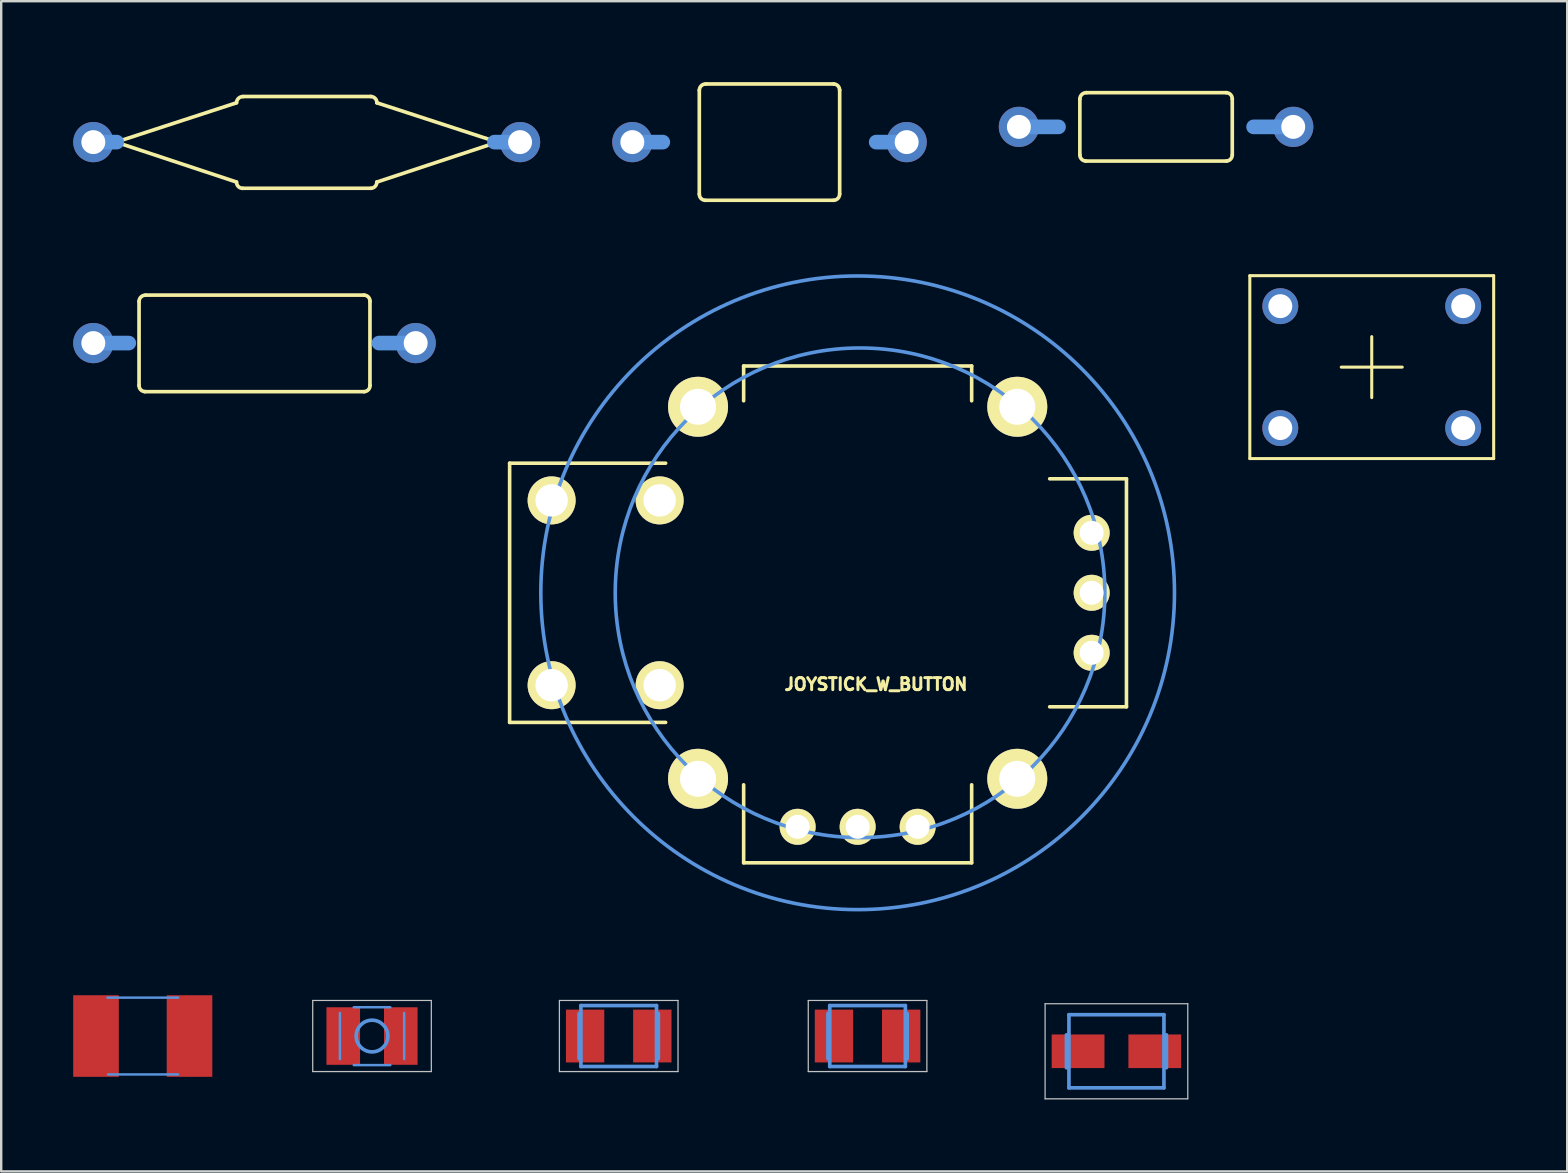
<source format=kicad_pcb>
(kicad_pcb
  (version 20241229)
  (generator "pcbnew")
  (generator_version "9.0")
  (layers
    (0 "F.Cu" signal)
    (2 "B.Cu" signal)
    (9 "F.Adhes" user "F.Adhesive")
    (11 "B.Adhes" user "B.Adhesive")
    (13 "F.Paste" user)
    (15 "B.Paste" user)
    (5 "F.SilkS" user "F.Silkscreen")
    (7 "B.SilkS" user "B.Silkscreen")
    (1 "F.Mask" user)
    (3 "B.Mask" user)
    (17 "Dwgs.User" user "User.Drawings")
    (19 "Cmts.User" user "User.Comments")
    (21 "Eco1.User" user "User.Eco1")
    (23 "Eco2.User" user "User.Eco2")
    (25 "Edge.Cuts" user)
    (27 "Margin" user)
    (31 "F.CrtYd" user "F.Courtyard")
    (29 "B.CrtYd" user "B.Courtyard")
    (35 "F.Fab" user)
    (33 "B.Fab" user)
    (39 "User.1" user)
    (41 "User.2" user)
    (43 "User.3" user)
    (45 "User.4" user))
  (footprint "IRF36"
    (layer "F.Cu")
    (at 9.728 2.871)
    (property "Reference" "IRF36" (at -0.635 -1.905 0) (layer "Eco1.User") (effects (font (size 1.27 1.27) (thickness 0.127))))
    (attr through_hole)
    (fp_line (start -7.948 0) (end -2.924 -1.638) (stroke (width 0.152) (type solid)) (layer "F.SilkS"))
    (fp_line (start -2.924 1.664) (end -7.948 0) (stroke (width 0.152) (type solid)) (layer "F.SilkS"))
    (fp_line (start 2.675 -1.9) (end -2.649 -1.9) (stroke (width 0.152) (type solid)) (layer "F.SilkS"))
    (fp_line (start 2.675 1.923) (end -2.675 1.923) (stroke (width 0.152) (type solid)) (layer "F.SilkS"))
    (fp_line (start 2.924 1.664) (end 7.948 0) (stroke (width 0.152) (type solid)) (layer "F.SilkS"))
    (fp_line (start 7.948 0) (end 2.924 -1.638) (stroke (width 0.152) (type solid)) (layer "F.SilkS"))
    (fp_arc (start -2.92354 -1.6383) (mid -2.840037 -1.824654) (end -2.64922 -1.89738) (stroke (width 0.1524) (type solid)) (layer "F.SilkS"))
    (fp_arc (start -2.67208 1.92532) (mid -2.851993 1.846589) (end -2.92354 1.6637) (stroke (width 0.1524) (type solid)) (layer "F.SilkS"))
    (fp_arc (start 2.67462 -1.89992) (mid 2.853789 -1.819393) (end 2.92354 -1.63576) (stroke (width 0.1524) (type solid)) (layer "F.SilkS"))
    (fp_arc (start 2.921 1.66116) (mid 2.851993 1.842997) (end 2.67462 1.92278) (stroke (width 0.1524) (type solid)) (layer "F.SilkS"))
    (fp_line (start -7.915 0) (end -8.89 0) (stroke (width 0.61) (type solid)) (layer "Cmts.User"))
    (fp_line (start 7.823 0) (end 8.89 0) (stroke (width 0.61) (type solid)) (layer "Cmts.User"))
    (pad "1" thru_hole oval (at -8.89 0) (size 1.676 1.676) (drill 0.998) (layers "*.Cu" "*.Mask"))
    (pad "2" thru_hole oval (at 8.89 0) (size 1.676 1.676) (drill 0.998) (layers "*.Cu" "*.Mask")))
  (footprint "L3225M"
    (layer "F.Cu")
    (at 22.728 40.115)
    (property "Reference" "L3225M" (at 0.635 -1.27 0) (layer "Eco1.User") (effects (font (size 1.27 1.27) (thickness 0.102))))
    (attr through_hole)
    (fp_line (start -2.471 -1.481) (end 2.471 -1.481) (stroke (width 0.051) (type solid)) (layer "Dwgs.User"))
    (fp_line (start -2.471 1.481) (end -2.471 -1.481) (stroke (width 0.051) (type solid)) (layer "Dwgs.User"))
    (fp_line (start 2.471 -1.481) (end 2.471 1.481) (stroke (width 0.051) (type solid)) (layer "Dwgs.User"))
    (fp_line (start 2.471 1.481) (end -2.471 1.481) (stroke (width 0.051) (type solid)) (layer "Dwgs.User"))
    (fp_line (start -1.651 -0.94) (end -1.651 0.94) (stroke (width 0.152) (type solid)) (layer "Cmts.User"))
    (fp_line (start -1.575 -1.27) (end 1.575 -1.27) (stroke (width 0.152) (type solid)) (layer "Cmts.User"))
    (fp_line (start -1.575 1.27) (end -1.575 -1.27) (stroke (width 0.152) (type solid)) (layer "Cmts.User"))
    (fp_line (start 1.575 -1.27) (end 1.575 1.27) (stroke (width 0.152) (type solid)) (layer "Cmts.User"))
    (fp_line (start 1.575 1.27) (end -1.575 1.27) (stroke (width 0.152) (type solid)) (layer "Cmts.User"))
    (fp_line (start 1.651 -0.94) (end 1.651 0.94) (stroke (width 0.152) (type solid)) (layer "Cmts.User"))
    (pad "1" smd rect (at -1.4 0) (size 1.598 2.2) (layers "F.Cu" "F.Mask" "F.Paste"))
    (pad "2" smd rect (at 1.4 0) (size 1.598 2.2) (layers "F.Cu" "F.Mask" "F.Paste")))
  (footprint "KSA_SEALED_TAC_SWITCH"
    (layer "F.Cu")
    (at 54.102 12.246)
    (property "Reference" "KSA_SEALED_TAC_SWITCH" (at 0 0 0) (layer "Cmts.User") (effects (font (size 0.001 0.001) (thickness 0.000001))))
    (attr through_hole)
    (fp_line (start -5.08 -3.81) (end 5.08 -3.81) (stroke (width 0.127) (type solid)) (layer "F.SilkS"))
    (fp_line (start -5.08 3.81) (end -5.08 -3.81) (stroke (width 0.127) (type solid)) (layer "F.SilkS"))
    (fp_line (start -1.27 0) (end 1.27 0) (stroke (width 0.127) (type solid)) (layer "F.SilkS"))
    (fp_line (start 0 -1.27) (end 0 1.27) (stroke (width 0.127) (type solid)) (layer "F.SilkS"))
    (fp_line (start 5.08 -3.81) (end 5.08 3.81) (stroke (width 0.127) (type solid)) (layer "F.SilkS"))
    (fp_line (start 5.08 3.81) (end -5.08 3.81) (stroke (width 0.127) (type solid)) (layer "F.SilkS"))
    (pad "P$1" thru_hole oval (at -3.81 -2.54) (size 1.496 1.496) (drill 0.998) (layers "*.Cu" "*.Mask"))
    (pad "P$2" thru_hole oval (at 3.81 -2.54) (size 1.496 1.496) (drill 0.998) (layers "*.Cu" "*.Mask"))
    (pad "P$3" thru_hole oval (at -3.81 2.54) (size 1.496 1.496) (drill 0.998) (layers "*.Cu" "*.Mask"))
    (pad "P$4" thru_hole oval (at 3.81 2.54) (size 1.496 1.496) (drill 0.998) (layers "*.Cu" "*.Mask")))
  (footprint "IRF-1"
    (layer "F.Cu")
    (at 45.116 2.236)
    (property "Reference" "IRF-1" (at -0.635 -1.27 0) (layer "Eco1.User") (effects (font (size 1.27 1.27) (thickness 0.127))))
    (attr through_hole)
    (fp_line (start -3.175 1.163) (end -3.175 -1.163) (stroke (width 0.152) (type solid)) (layer "F.SilkS"))
    (fp_line (start 2.924 -1.425) (end -2.898 -1.425) (stroke (width 0.152) (type solid)) (layer "F.SilkS"))
    (fp_line (start 2.924 1.425) (end -2.924 1.425) (stroke (width 0.152) (type solid)) (layer "F.SilkS"))
    (fp_line (start 3.175 1.163) (end 3.175 -1.163) (stroke (width 0.152) (type solid)) (layer "F.SilkS"))
    (fp_arc (start -3.175 -1.16332) (mid -3.090753 -1.35147) (end -2.89814 -1.42494) (stroke (width 0.1524) (type solid)) (layer "F.SilkS"))
    (fp_arc (start -2.92354 1.42494) (mid -3.103453 1.346209) (end -3.175 1.16332) (stroke (width 0.1524) (type solid)) (layer "F.SilkS"))
    (fp_arc (start 2.92354 -1.42494) (mid 3.103453 -1.346209) (end 3.175 -1.16332) (stroke (width 0.1524) (type solid)) (layer "F.SilkS"))
    (fp_arc (start 3.175 1.16332) (mid 3.103453 1.346209) (end 2.92354 1.42494) (stroke (width 0.1524) (type solid)) (layer "F.SilkS"))
    (fp_line (start -5.715 0) (end -4.064 0) (stroke (width 0.61) (type solid)) (layer "Cmts.User"))
    (fp_line (start 5.715 0) (end 4.064 0) (stroke (width 0.61) (type solid)) (layer "Cmts.User"))
    (pad "1" thru_hole oval (at -5.715 0) (size 1.676 1.676) (drill 0.998) (layers "*.Cu" "*.Mask"))
    (pad "2" thru_hole oval (at 5.715 0) (size 1.676 1.676) (drill 0.998) (layers "*.Cu" "*.Mask")))
  (footprint "IRF46"
    (layer "F.Cu")
    (at 29.01 2.871)
    (property "Reference" "IRF46" (at -1.27 -1.905 0) (layer "Eco1.User") (effects (font (size 1.27 1.27) (thickness 0.127))))
    (attr through_hole)
    (fp_line (start -2.924 2.162) (end -2.924 -2.162) (stroke (width 0.152) (type solid)) (layer "F.SilkS"))
    (fp_line (start 2.675 -2.423) (end -2.649 -2.423) (stroke (width 0.152) (type solid)) (layer "F.SilkS"))
    (fp_line (start 2.675 2.423) (end -2.675 2.423) (stroke (width 0.152) (type solid)) (layer "F.SilkS"))
    (fp_line (start 2.924 2.162) (end 2.924 -2.162) (stroke (width 0.152) (type solid)) (layer "F.SilkS"))
    (fp_arc (start -2.92354 -2.16154) (mid -2.841833 -2.348637) (end -2.65176 -2.42316) (stroke (width 0.1524) (type solid)) (layer "F.SilkS"))
    (fp_arc (start -2.67462 2.4257) (mid -2.853789 2.345173) (end -2.92354 2.16154) (stroke (width 0.1524) (type solid)) (layer "F.SilkS"))
    (fp_arc (start 2.67462 -2.42316) (mid 2.851993 -2.343377) (end 2.921 -2.16154) (stroke (width 0.1524) (type solid)) (layer "F.SilkS"))
    (fp_arc (start 2.921 2.16154) (mid 2.851993 2.343377) (end 2.67462 2.42316) (stroke (width 0.1524) (type solid)) (layer "F.SilkS"))
    (fp_line (start -5.715 0) (end -4.445 0) (stroke (width 0.61) (type solid)) (layer "Cmts.User"))
    (fp_line (start 5.715 0) (end 4.445 0) (stroke (width 0.61) (type solid)) (layer "Cmts.User"))
    (pad "1" thru_hole oval (at -5.715 0) (size 1.676 1.676) (drill 0.998) (layers "*.Cu" "*.Mask"))
    (pad "2" thru_hole oval (at 5.715 0) (size 1.676 1.676) (drill 0.998) (layers "*.Cu" "*.Mask")))
  (footprint "L4035M"
    (layer "F.Cu")
    (at 43.465 40.75)
    (property "Reference" "L4035M" (at 0.635 -1.905 0) (layer "Eco1.User") (effects (font (size 1.27 1.27) (thickness 0.102))))
    (attr through_hole)
    (fp_line (start -2.972 -1.981) (end 2.972 -1.981) (stroke (width 0.051) (type solid)) (layer "Dwgs.User"))
    (fp_line (start -2.972 1.981) (end -2.972 -1.981) (stroke (width 0.051) (type solid)) (layer "Dwgs.User"))
    (fp_line (start 2.972 -1.981) (end 2.972 1.981) (stroke (width 0.051) (type solid)) (layer "Dwgs.User"))
    (fp_line (start 2.972 1.981) (end -2.972 1.981) (stroke (width 0.051) (type solid)) (layer "Dwgs.User"))
    (fp_line (start -2.083 -0.686) (end -2.083 0.686) (stroke (width 0.152) (type solid)) (layer "Cmts.User"))
    (fp_line (start -1.979 -1.524) (end -1.979 1.524) (stroke (width 0.152) (type solid)) (layer "Cmts.User"))
    (fp_line (start -1.979 1.524) (end 1.979 1.524) (stroke (width 0.152) (type solid)) (layer "Cmts.User"))
    (fp_line (start 1.979 -1.524) (end -1.979 -1.524) (stroke (width 0.152) (type solid)) (layer "Cmts.User"))
    (fp_line (start 1.979 1.524) (end 1.979 -1.524) (stroke (width 0.152) (type solid)) (layer "Cmts.User"))
    (fp_line (start 2.083 -0.686) (end 2.083 0.686) (stroke (width 0.152) (type solid)) (layer "Cmts.User"))
    (pad "1" smd rect (at -1.598 0) (size 2.2 1.4) (layers "F.Cu" "F.Mask" "F.Paste"))
    (pad "2" smd rect (at 1.598 0) (size 2.2 1.4) (layers "F.Cu" "F.Mask" "F.Paste")))
  (footprint "L2825P"
    (layer "F.Cu")
    (at 12.45 40.115)
    (property "Reference" "L2825P" (at 0.635 -1.27 0) (layer "Eco1.User") (effects (font (size 1.27 1.27) (thickness 0.102))))
    (attr through_hole)
    (fp_line (start -2.471 -1.481) (end 2.471 -1.481) (stroke (width 0.051) (type solid)) (layer "Dwgs.User"))
    (fp_line (start -2.471 1.481) (end -2.471 -1.481) (stroke (width 0.051) (type solid)) (layer "Dwgs.User"))
    (fp_line (start 2.471 -1.481) (end 2.471 1.481) (stroke (width 0.051) (type solid)) (layer "Dwgs.User"))
    (fp_line (start 2.471 1.481) (end -2.471 1.481) (stroke (width 0.051) (type solid)) (layer "Dwgs.User"))
    (fp_line (start -1.339 -0.963) (end -1.339 0.963) (stroke (width 0.102) (type solid)) (layer "Cmts.User"))
    (fp_line (start -0.762 -1.199) (end 0.762 -1.199) (stroke (width 0.102) (type solid)) (layer "Cmts.User"))
    (fp_line (start -0.762 1.212) (end 0.762 1.212) (stroke (width 0.102) (type solid)) (layer "Cmts.User"))
    (fp_line (start 1.339 0.963) (end 1.339 -0.963) (stroke (width 0.102) (type solid)) (layer "Cmts.User"))
    (fp_circle (center 0 0) (end 0.66 0) (stroke (width 0.152) (type solid)) (fill no) (layer "Cmts.User"))
    (pad "1" smd rect (at -1.199 0) (size 1.4 2.398) (layers "F.Cu" "F.Mask" "F.Paste"))
    (pad "2" smd rect (at 1.199 0) (size 1.4 2.398) (layers "F.Cu" "F.Mask" "F.Paste")))
  (footprint "L3230M"
    (layer "F.Cu")
    (at 33.096 40.115)
    (property "Reference" "L3230M" (at 0.635 -1.27 0) (layer "Eco1.User") (effects (font (size 1.27 1.27) (thickness 0.102))))
    (attr through_hole)
    (fp_line (start -2.471 -1.481) (end 2.471 -1.481) (stroke (width 0.051) (type solid)) (layer "Dwgs.User"))
    (fp_line (start -2.471 1.481) (end -2.471 -1.481) (stroke (width 0.051) (type solid)) (layer "Dwgs.User"))
    (fp_line (start 2.471 -1.481) (end 2.471 1.481) (stroke (width 0.051) (type solid)) (layer "Dwgs.User"))
    (fp_line (start 2.471 1.481) (end -2.471 1.481) (stroke (width 0.051) (type solid)) (layer "Dwgs.User"))
    (fp_line (start -1.651 -0.94) (end -1.651 0.94) (stroke (width 0.152) (type solid)) (layer "Cmts.User"))
    (fp_line (start -1.575 -1.27) (end 1.575 -1.27) (stroke (width 0.152) (type solid)) (layer "Cmts.User"))
    (fp_line (start -1.575 1.27) (end -1.575 -1.27) (stroke (width 0.152) (type solid)) (layer "Cmts.User"))
    (fp_line (start 1.575 -1.27) (end 1.575 1.27) (stroke (width 0.152) (type solid)) (layer "Cmts.User"))
    (fp_line (start 1.575 1.27) (end -1.575 1.27) (stroke (width 0.152) (type solid)) (layer "Cmts.User"))
    (fp_line (start 1.651 -0.94) (end 1.651 0.94) (stroke (width 0.152) (type solid)) (layer "Cmts.User"))
    (pad "1" smd rect (at -1.4 0) (size 1.598 2.2) (layers "F.Cu" "F.Mask" "F.Paste"))
    (pad "2" smd rect (at 1.4 0) (size 1.598 2.2) (layers "F.Cu" "F.Mask" "F.Paste")))
  (footprint "L1812"
    (layer "F.Cu")
    (at 2.898 40.115)
    (property "Reference" "L1812" (at 0.635 -1.27 0) (layer "Eco1.User") (effects (font (size 1.27 1.27) (thickness 0.102))))
    (attr through_hole)
    (fp_line (start -1.473 -1.6) (end 1.473 -1.6) (stroke (width 0.102) (type solid)) (layer "Cmts.User"))
    (fp_line (start -1.448 1.6) (end 1.473 1.6) (stroke (width 0.102) (type solid)) (layer "Cmts.User"))
    (pad "1" smd rect (at -1.948 0) (size 1.9 3.399) (layers "F.Cu" "F.Mask" "F.Paste"))
    (pad "2" smd rect (at 1.948 0) (size 1.9 3.399) (layers "F.Cu" "F.Mask" "F.Paste")))
  (footprint "IRF-3"
    (layer "F.Cu")
    (at 7.541 11.244)
    (property "Reference" "IRF-3" (at -1.27 -1.905 0) (layer "Eco1.User") (effects (font (size 1.27 1.27) (thickness 0.127))))
    (attr through_hole)
    (fp_line (start -4.798 1.763) (end -4.798 -1.737) (stroke (width 0.152) (type solid)) (layer "F.SilkS"))
    (fp_line (start 4.575 -1.999) (end -4.524 -1.999) (stroke (width 0.152) (type solid)) (layer "F.SilkS"))
    (fp_line (start 4.575 2.024) (end -4.549 2.024) (stroke (width 0.152) (type solid)) (layer "F.SilkS"))
    (fp_line (start 4.823 1.763) (end 4.823 -1.737) (stroke (width 0.152) (type solid)) (layer "F.SilkS"))
    (fp_arc (start -4.79806 -1.73736) (mid -4.714557 -1.923714) (end -4.52374 -1.99644) (stroke (width 0.1524) (type solid)) (layer "F.SilkS"))
    (fp_arc (start -4.54914 2.02184) (mid -4.727257 1.943853) (end -4.79806 1.76276) (stroke (width 0.1524) (type solid)) (layer "F.SilkS"))
    (fp_arc (start 4.57454 -1.99898) (mid 4.754453 -1.920249) (end 4.826 -1.73736) (stroke (width 0.1524) (type solid)) (layer "F.SilkS"))
    (fp_arc (start 4.826 1.76276) (mid 4.754453 1.945649) (end 4.57454 2.02438) (stroke (width 0.1524) (type solid)) (layer "F.SilkS"))
    (fp_line (start -6.703 0) (end -5.225 0) (stroke (width 0.61) (type solid)) (layer "Cmts.User"))
    (fp_line (start 6.728 0) (end 5.199 0) (stroke (width 0.61) (type solid)) (layer "Cmts.User"))
    (pad "1" thru_hole oval (at -6.703 0) (size 1.676 1.676) (drill 0.998) (layers "*.Cu" "*.Mask"))
    (pad "2" thru_hole oval (at 6.728 0) (size 1.676 1.676) (drill 0.998) (layers "*.Cu" "*.Mask")))
  (footprint "JOYSTICK_W_BUTTON"
    (layer "F.Cu")
    (at 32.683 21.648)
    (property "Reference" "JOYSTICK_W_BUTTON" (at 0.762 3.81 0) (layer "F.SilkS") (effects (font (size 0.5 0.5) (thickness 0.125))))
    (attr through_hole)
    (fp_line (start -14.5 -5.4) (end -14.5 5.4) (stroke (width 0.15) (type solid)) (layer "F.SilkS"))
    (fp_line (start -14.5 5.4) (end -8 5.4) (stroke (width 0.15) (type solid)) (layer "F.SilkS"))
    (fp_line (start -8 -5.4) (end -14.5 -5.4) (stroke (width 0.15) (type solid)) (layer "F.SilkS"))
    (fp_line (start -4.75 -9.45) (end 4.75 -9.45) (stroke (width 0.15) (type solid)) (layer "F.SilkS"))
    (fp_line (start -4.75 -8) (end -4.75 -9.45) (stroke (width 0.15) (type solid)) (layer "F.SilkS"))
    (fp_line (start -4.75 8) (end -4.75 11.25) (stroke (width 0.15) (type solid)) (layer "F.SilkS"))
    (fp_line (start -4.75 11.25) (end 4.75 11.25) (stroke (width 0.15) (type solid)) (layer "F.SilkS"))
    (fp_line (start 4.75 -9.45) (end 4.75 -8) (stroke (width 0.15) (type solid)) (layer "F.SilkS"))
    (fp_line (start 4.75 11.25) (end 4.75 8) (stroke (width 0.15) (type solid)) (layer "F.SilkS"))
    (fp_line (start 8 4.75) (end 11.2 4.75) (stroke (width 0.15) (type solid)) (layer "F.SilkS"))
    (fp_line (start 11.2 -4.75) (end 8 -4.75) (stroke (width 0.15) (type solid)) (layer "F.SilkS"))
    (fp_line (start 11.2 4.75) (end 11.2 -4.75) (stroke (width 0.15) (type solid)) (layer "F.SilkS"))
    (fp_circle (center 0 0) (end -13.2 0.1) (stroke (width 0.15) (type solid)) (fill no) (layer "Cmts.User"))
    (fp_circle (center 0.1 0) (end -10.1 0) (stroke (width 0.15) (type solid)) (fill no) (layer "Cmts.User"))
    (pad "SH" thru_hole circle (at -6.65 -7.75) (size 2.5 2.5) (drill 1.5) (layers "*.Cu" "*.Mask" "F.SilkS"))
    (pad "SH" thru_hole circle (at -6.65 7.75) (size 2.5 2.5) (drill 1.5) (layers "*.Cu" "*.Mask" "F.SilkS"))
    (pad "SH" thru_hole circle (at 6.65 -7.75) (size 2.5 2.5) (drill 1.5) (layers "*.Cu" "*.Mask" "F.SilkS"))
    (pad "SH" thru_hole circle (at 6.65 7.75) (size 2.5 2.5) (drill 1.5) (layers "*.Cu" "*.Mask" "F.SilkS"))
    (pad "SW1" thru_hole circle (at -8.25 -3.85) (size 2 2) (drill 1.35) (layers "*.Cu" "*.Mask" "F.SilkS"))
    (pad "SW1" thru_hole circle (at -8.25 3.85) (size 2 2) (drill 1.35) (layers "*.Cu" "*.Mask" "F.SilkS"))
    (pad "SW2" thru_hole circle (at -12.75 -3.85) (size 2 2) (drill 1.35) (layers "*.Cu" "*.Mask" "F.SilkS"))
    (pad "SW2" thru_hole circle (at -12.75 3.85) (size 2 2) (drill 1.35) (layers "*.Cu" "*.Mask" "F.SilkS"))
    (pad "X1" thru_hole circle (at -2.5 9.75) (size 1.5 1.5) (drill 1) (layers "*.Cu" "*.Mask" "F.SilkS"))
    (pad "X2" thru_hole circle (at 0 9.75) (size 1.5 1.5) (drill 1) (layers "*.Cu" "*.Mask" "F.SilkS"))
    (pad "X3" thru_hole circle (at 2.5 9.75) (size 1.5 1.5) (drill 1) (layers "*.Cu" "*.Mask" "F.SilkS"))
    (pad "Y1" thru_hole circle (at 9.75 2.5) (size 1.5 1.5) (drill 1) (layers "*.Cu" "*.Mask" "F.SilkS"))
    (pad "Y2" thru_hole circle (at 9.75 0) (size 1.5 1.5) (drill 1) (layers "*.Cu" "*.Mask" "F.SilkS"))
    (pad "Y3" thru_hole circle (at 9.75 -2.5) (size 1.5 1.5) (drill 1) (layers "*.Cu" "*.Mask" "F.SilkS")))
  (gr_rect
    (start -3 -3)
    (end 62.245 45.756)
    (stroke (width 0.1) (type default))
    (fill no)
    (layer "Edge.Cuts")))
</source>
